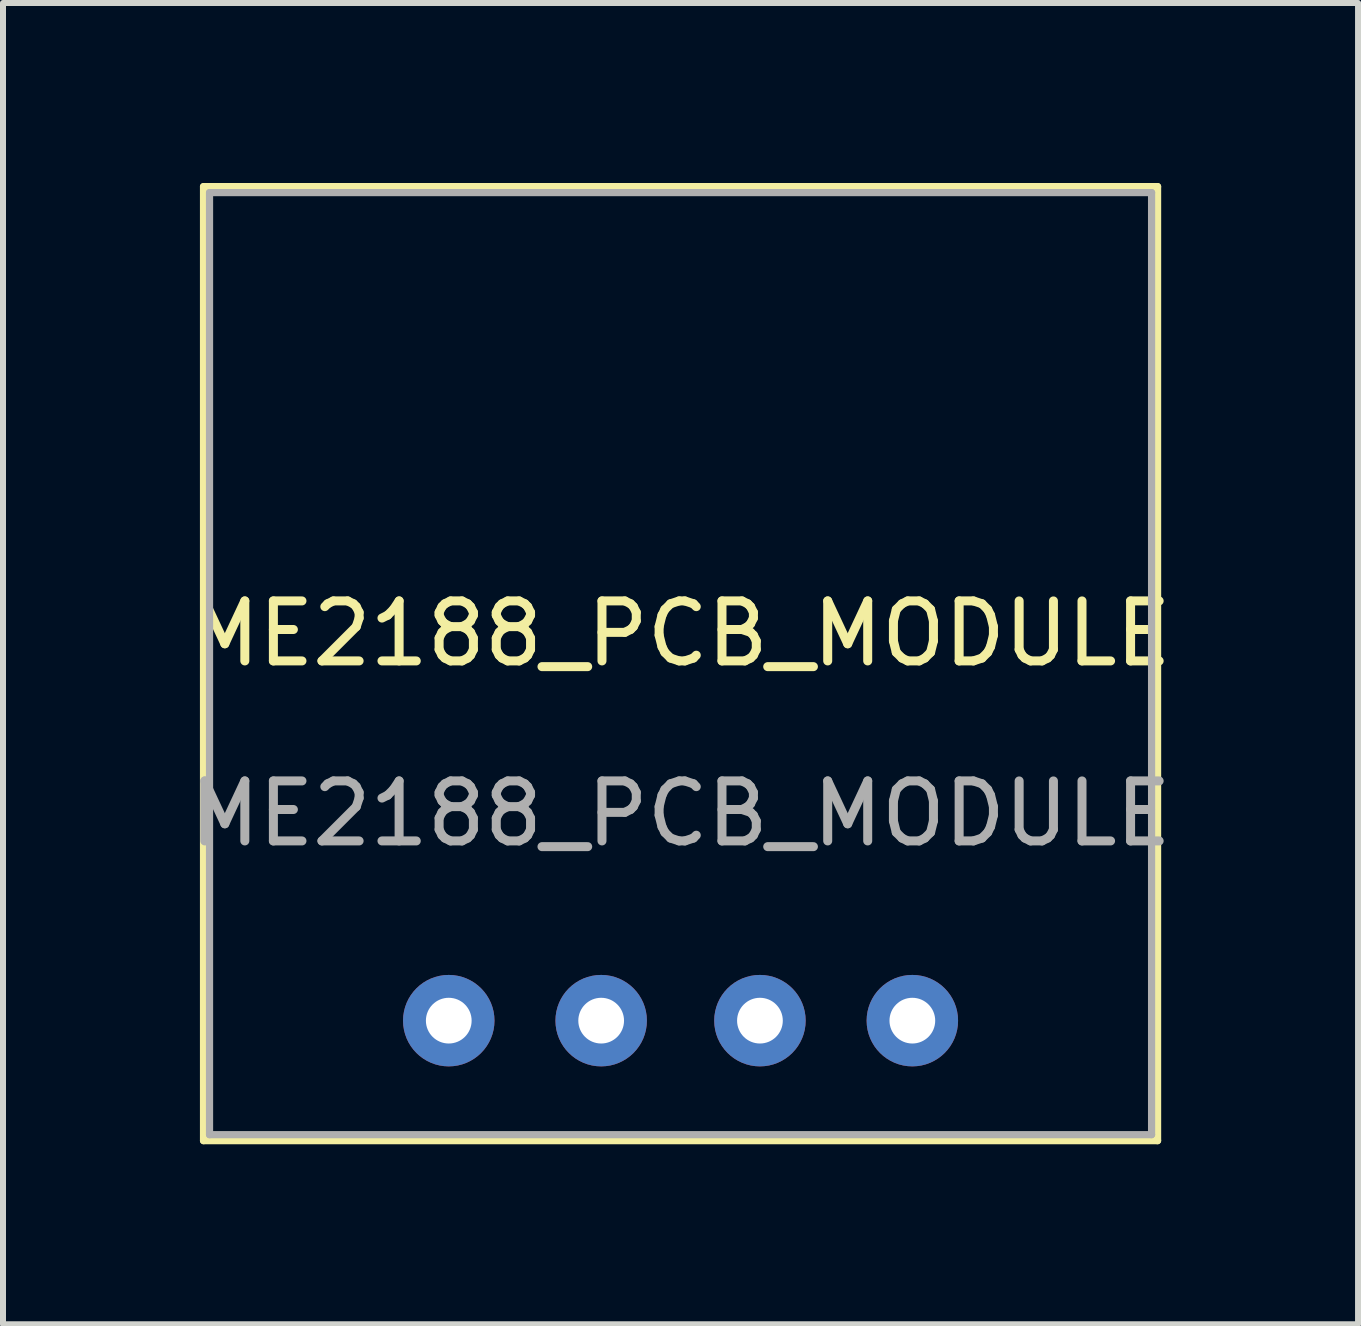
<source format=kicad_pcb>
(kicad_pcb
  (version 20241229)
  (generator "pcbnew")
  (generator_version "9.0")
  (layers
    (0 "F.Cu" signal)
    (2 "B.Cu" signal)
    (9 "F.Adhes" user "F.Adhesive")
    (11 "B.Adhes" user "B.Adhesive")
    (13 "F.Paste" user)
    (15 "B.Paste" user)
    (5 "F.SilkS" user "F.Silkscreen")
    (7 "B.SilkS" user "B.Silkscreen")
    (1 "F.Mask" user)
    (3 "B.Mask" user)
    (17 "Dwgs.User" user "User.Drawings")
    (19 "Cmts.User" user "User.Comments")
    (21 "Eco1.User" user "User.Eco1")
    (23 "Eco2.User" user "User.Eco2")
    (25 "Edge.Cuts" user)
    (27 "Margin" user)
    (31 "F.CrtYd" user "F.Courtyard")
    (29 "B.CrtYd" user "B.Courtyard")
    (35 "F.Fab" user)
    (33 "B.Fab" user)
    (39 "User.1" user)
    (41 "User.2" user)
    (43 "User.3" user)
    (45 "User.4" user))
  (footprint "ME2188_PCB_MODULE"
    (layer "F.Cu")
    (at 8.292 8.01)
    (property "Reference" "ME2188_PCB_MODULE" (at 0 -0.5 0) (unlocked yes) (layer "F.SilkS") (effects (font (size 1 1) (thickness 0.15))))
    (attr through_hole)
    (fp_line (start -7.95 -7.95) (end -7.95 7.95) (stroke (width 0.12) (type solid)) (layer "F.SilkS"))
    (fp_line (start -7.95 -7.95) (end 7.95 -7.95) (stroke (width 0.12) (type solid)) (layer "F.SilkS"))
    (fp_line (start -7.95 7.95) (end 7.95 7.95) (stroke (width 0.12) (type solid)) (layer "F.SilkS"))
    (fp_line (start 7.95 -7.95) (end 7.95 7.95) (stroke (width 0.12) (type solid)) (layer "F.SilkS"))
    (fp_line (start -7.85 -7.85) (end -7.85 7.85) (stroke (width 0.12) (type solid)) (layer "F.Fab"))
    (fp_line (start -7.85 7.85) (end 7.85 7.85) (stroke (width 0.12) (type solid)) (layer "F.Fab"))
    (fp_line (start 7.85 -7.85) (end -7.85 -7.85) (stroke (width 0.12) (type solid)) (layer "F.Fab"))
    (fp_line (start 7.85 -7.85) (end 7.85 7.85) (stroke (width 0.12) (type solid)) (layer "F.Fab"))
    (fp_text user "${REFERENCE}" (at 0 2.5 0) (unlocked yes) (layer "F.Fab") (effects (font (size 1 1) (thickness 0.15))))
    (pad "1" thru_hole circle (at -3.863 5.95) (size 1.524 1.524) (drill 0.762) (layers "*.Cu" "*.Mask"))
    (pad "2" thru_hole circle (at -1.323 5.95) (size 1.524 1.524) (drill 0.762) (layers "*.Cu" "*.Mask"))
    (pad "3" thru_hole circle (at 1.323 5.95) (size 1.524 1.524) (drill 0.762) (layers "*.Cu" "*.Mask"))
    (pad "4" thru_hole circle (at 3.863 5.95) (size 1.524 1.524) (drill 0.762) (layers "*.Cu" "*.Mask")))
  (gr_rect
    (start -3 -3)
    (end 19.583 19.02)
    (stroke (width 0.1) (type default))
    (fill no)
    (layer "Edge.Cuts")))
</source>
